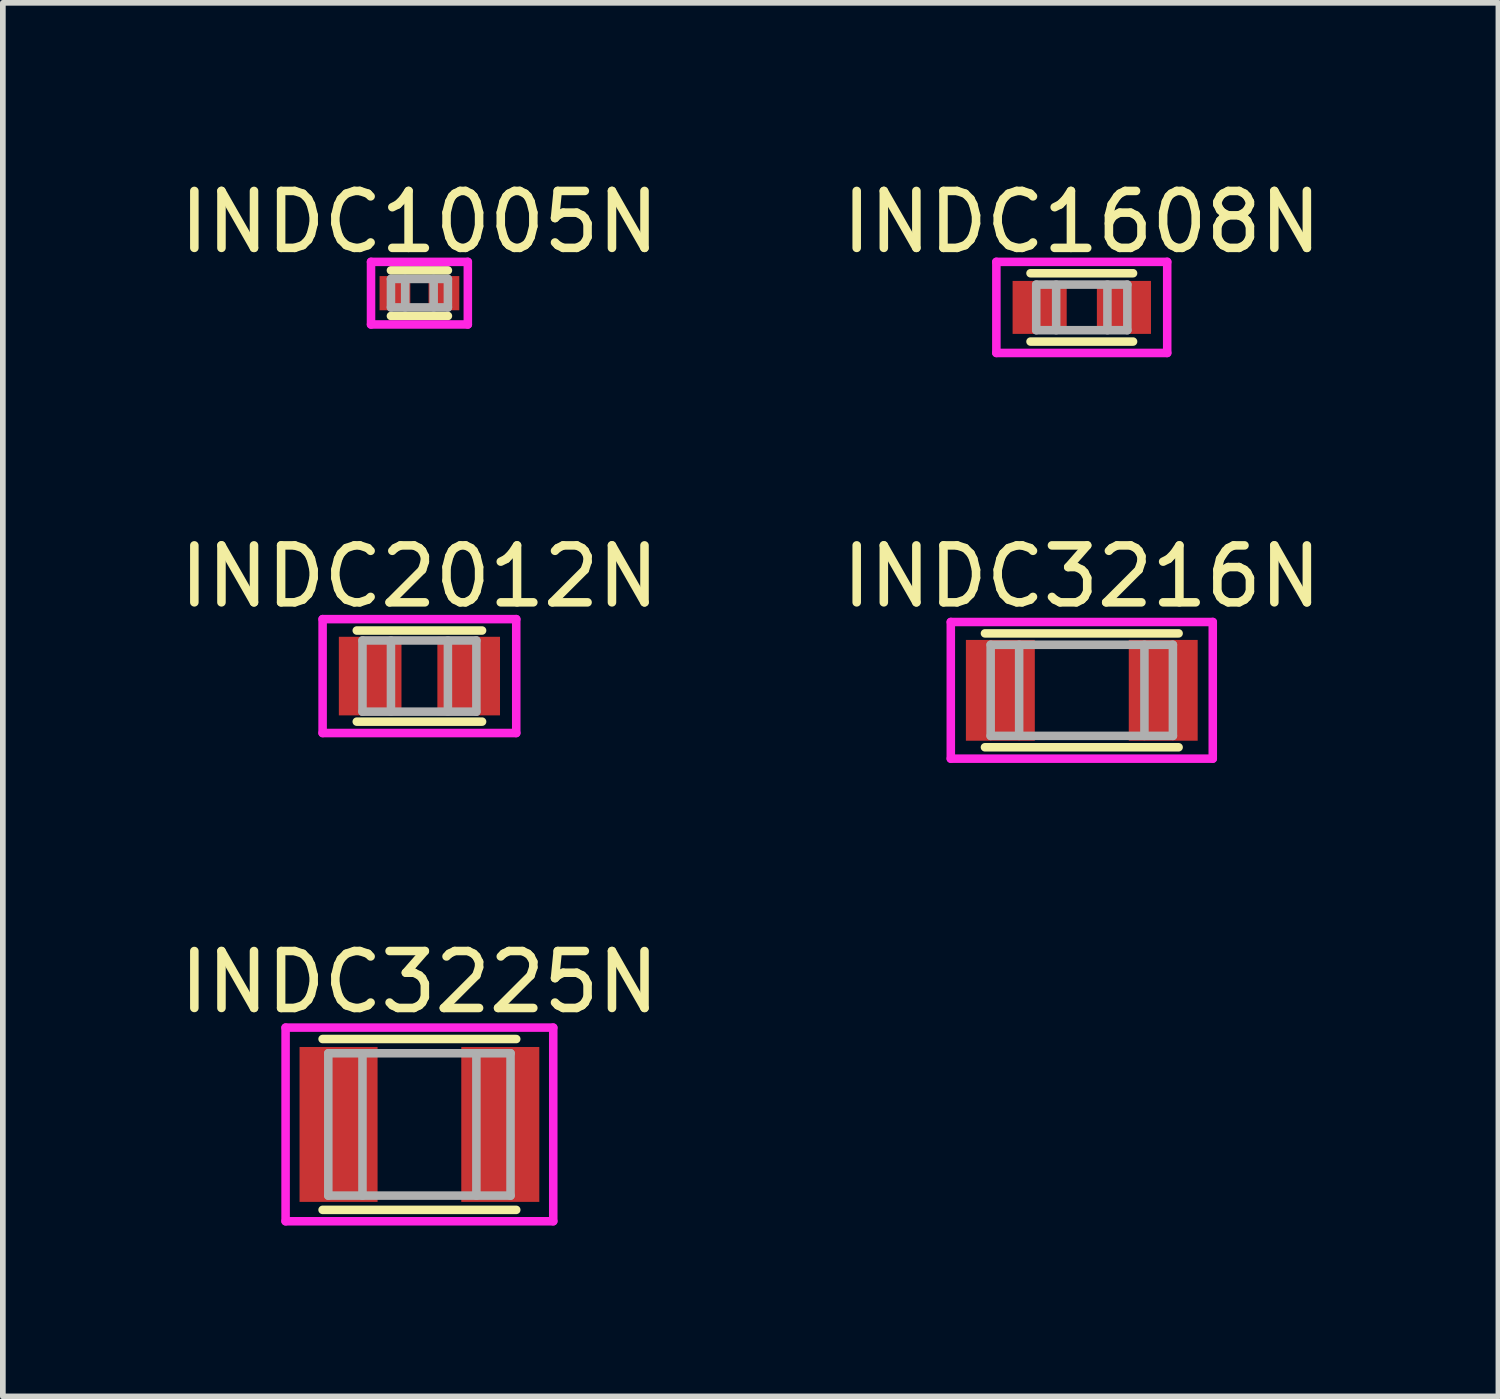
<source format=kicad_pcb>
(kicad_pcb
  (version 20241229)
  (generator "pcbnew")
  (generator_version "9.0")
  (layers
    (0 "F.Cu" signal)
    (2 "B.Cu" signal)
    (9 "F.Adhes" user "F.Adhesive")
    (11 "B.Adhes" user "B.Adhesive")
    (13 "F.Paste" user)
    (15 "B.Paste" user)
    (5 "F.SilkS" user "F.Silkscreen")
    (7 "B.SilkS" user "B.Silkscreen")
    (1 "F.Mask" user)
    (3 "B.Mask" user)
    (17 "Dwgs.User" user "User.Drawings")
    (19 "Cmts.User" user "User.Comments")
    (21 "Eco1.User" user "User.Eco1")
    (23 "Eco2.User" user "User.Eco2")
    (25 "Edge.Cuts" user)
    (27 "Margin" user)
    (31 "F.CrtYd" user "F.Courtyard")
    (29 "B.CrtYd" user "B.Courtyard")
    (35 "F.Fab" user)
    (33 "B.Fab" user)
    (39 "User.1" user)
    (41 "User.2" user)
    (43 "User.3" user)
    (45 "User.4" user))
  (footprint "INDC2012N"
    (layer "F.Cu")
    (at 4.315 8.822)
    (property "Reference" "INDC2012N" (at 0 -1.75 0) (layer "F.SilkS") (effects (font (size 1 1) (thickness 0.15))))
    (attr through_hole)
    (fp_line (start -1.1 -0.8) (end 1.1 -0.8) (stroke (width 0.15) (type solid)) (layer "F.SilkS"))
    (fp_line (start 1.1 0.8) (end -1.1 0.8) (stroke (width 0.15) (type solid)) (layer "F.SilkS"))
    (fp_line (start -1.7 -1) (end 1.7 -1) (stroke (width 0.15) (type solid)) (layer "F.CrtYd"))
    (fp_line (start -1.7 1) (end -1.7 -1) (stroke (width 0.15) (type solid)) (layer "F.CrtYd"))
    (fp_line (start 1.7 -1) (end 1.7 1) (stroke (width 0.15) (type solid)) (layer "F.CrtYd"))
    (fp_line (start 1.7 1) (end -1.7 1) (stroke (width 0.15) (type solid)) (layer "F.CrtYd"))
    (fp_line (start -1 -0.625) (end 1 -0.625) (stroke (width 0.15) (type solid)) (layer "F.Fab"))
    (fp_line (start -1 0.625) (end -1 -0.625) (stroke (width 0.15) (type solid)) (layer "F.Fab"))
    (fp_line (start -0.5 -0.625) (end -0.5 0.625) (stroke (width 0.15) (type solid)) (layer "F.Fab"))
    (fp_line (start 0.5 0.625) (end 0.5 -0.625) (stroke (width 0.15) (type solid)) (layer "F.Fab"))
    (fp_line (start 1 -0.625) (end 1 0.625) (stroke (width 0.15) (type solid)) (layer "F.Fab"))
    (fp_line (start 1 0.625) (end -1 0.625) (stroke (width 0.15) (type solid)) (layer "F.Fab"))
    (pad "1" smd rect (at -0.865 0) (size 1.1 1.38) (layers "F.Cu" "F.Mask" "F.Paste"))
    (pad "2" smd rect (at 0.865 0) (size 1.1 1.38) (layers "F.Cu" "F.Mask" "F.Paste")))
  (footprint "INDC1608N"
    (layer "F.Cu")
    (at 15.946 2.348)
    (property "Reference" "INDC1608N" (at 0 -1.5 0) (layer "F.SilkS") (effects (font (size 1 1) (thickness 0.15))))
    (attr through_hole)
    (fp_line (start -0.9 -0.6) (end 0.9 -0.6) (stroke (width 0.15) (type solid)) (layer "F.SilkS"))
    (fp_line (start 0.9 0.6) (end -0.9 0.6) (stroke (width 0.15) (type solid)) (layer "F.SilkS"))
    (fp_line (start -1.5 -0.8) (end -1.5 0.8) (stroke (width 0.15) (type solid)) (layer "F.CrtYd"))
    (fp_line (start -1.5 0.8) (end 1.5 0.8) (stroke (width 0.15) (type solid)) (layer "F.CrtYd"))
    (fp_line (start 1.5 -0.8) (end -1.5 -0.8) (stroke (width 0.15) (type solid)) (layer "F.CrtYd"))
    (fp_line (start 1.5 0.8) (end 1.5 -0.8) (stroke (width 0.15) (type solid)) (layer "F.CrtYd"))
    (fp_line (start -0.8 -0.4) (end -0.8 0.4) (stroke (width 0.15) (type solid)) (layer "F.Fab"))
    (fp_line (start -0.8 0.4) (end 0.8 0.4) (stroke (width 0.15) (type solid)) (layer "F.Fab"))
    (fp_line (start -0.45 0.4) (end -0.45 -0.4) (stroke (width 0.15) (type solid)) (layer "F.Fab"))
    (fp_line (start 0.45 -0.4) (end 0.45 0.4) (stroke (width 0.15) (type solid)) (layer "F.Fab"))
    (fp_line (start 0.8 -0.4) (end -0.8 -0.4) (stroke (width 0.15) (type solid)) (layer "F.Fab"))
    (fp_line (start 0.8 0.4) (end 0.8 -0.4) (stroke (width 0.15) (type solid)) (layer "F.Fab"))
    (pad "1" smd rect (at -0.74 0) (size 0.95 0.93) (layers "F.Cu" "F.Mask" "F.Paste"))
    (pad "2" smd rect (at 0.74 0) (size 0.95 0.93) (layers "F.Cu" "F.Mask" "F.Paste")))
  (footprint "INDC3225N"
    (layer "F.Cu")
    (at 4.315 16.695)
    (property "Reference" "INDC3225N" (at 0 -2.5 0) (layer "F.SilkS") (effects (font (size 1 1) (thickness 0.15))))
    (attr through_hole)
    (fp_line (start -1.7 -1.5) (end 1.7 -1.5) (stroke (width 0.15) (type solid)) (layer "F.SilkS"))
    (fp_line (start 1.7 1.5) (end -1.7 1.5) (stroke (width 0.15) (type solid)) (layer "F.SilkS"))
    (fp_line (start -2.35 -1.7) (end 2.35 -1.7) (stroke (width 0.15) (type solid)) (layer "F.CrtYd"))
    (fp_line (start -2.35 1.7) (end -2.35 -1.7) (stroke (width 0.15) (type solid)) (layer "F.CrtYd"))
    (fp_line (start 2.35 -1.7) (end 2.35 1.7) (stroke (width 0.15) (type solid)) (layer "F.CrtYd"))
    (fp_line (start 2.35 1.7) (end -2.35 1.7) (stroke (width 0.15) (type solid)) (layer "F.CrtYd"))
    (fp_line (start -1.6 -1.25) (end 1.6 -1.25) (stroke (width 0.15) (type solid)) (layer "F.Fab"))
    (fp_line (start -1.6 1.25) (end -1.6 -1.25) (stroke (width 0.15) (type solid)) (layer "F.Fab"))
    (fp_line (start -1 -1.25) (end -1 1.25) (stroke (width 0.15) (type solid)) (layer "F.Fab"))
    (fp_line (start 1 1.25) (end 1 -1.25) (stroke (width 0.15) (type solid)) (layer "F.Fab"))
    (fp_line (start 1.6 -1.25) (end 1.6 1.25) (stroke (width 0.15) (type solid)) (layer "F.Fab"))
    (fp_line (start 1.6 1.25) (end -1.6 1.25) (stroke (width 0.15) (type solid)) (layer "F.Fab"))
    (pad "1" smd rect (at -1.42 0) (size 1.37 2.72) (layers "F.Cu" "F.Mask" "F.Paste"))
    (pad "2" smd rect (at 1.42 0) (size 1.37 2.72) (layers "F.Cu" "F.Mask" "F.Paste")))
  (footprint "INDC1005N"
    (layer "F.Cu")
    (at 4.315 2.098)
    (property "Reference" "INDC1005N" (at 0 -1.25 0) (layer "F.SilkS") (effects (font (size 1 1) (thickness 0.15))))
    (attr through_hole)
    (fp_line (start -0.5 -0.4) (end 0.5 -0.4) (stroke (width 0.15) (type solid)) (layer "F.SilkS"))
    (fp_line (start -0.5 0.4) (end 0.5 0.4) (stroke (width 0.15) (type solid)) (layer "F.SilkS"))
    (fp_line (start -0.85 -0.55) (end -0.85 0.55) (stroke (width 0.15) (type solid)) (layer "F.CrtYd"))
    (fp_line (start -0.85 0.55) (end 0.85 0.55) (stroke (width 0.15) (type solid)) (layer "F.CrtYd"))
    (fp_line (start 0.85 -0.55) (end -0.85 -0.55) (stroke (width 0.15) (type solid)) (layer "F.CrtYd"))
    (fp_line (start 0.85 0.55) (end 0.85 -0.55) (stroke (width 0.15) (type solid)) (layer "F.CrtYd"))
    (fp_line (start -0.5 -0.25) (end 0.5 -0.25) (stroke (width 0.15) (type solid)) (layer "F.Fab"))
    (fp_line (start -0.5 0.25) (end -0.5 -0.25) (stroke (width 0.15) (type solid)) (layer "F.Fab"))
    (fp_line (start -0.25 -0.25) (end -0.25 0.25) (stroke (width 0.15) (type solid)) (layer "F.Fab"))
    (fp_line (start 0.25 0.25) (end 0.25 -0.25) (stroke (width 0.15) (type solid)) (layer "F.Fab"))
    (fp_line (start 0.5 -0.25) (end 0.5 0.25) (stroke (width 0.15) (type solid)) (layer "F.Fab"))
    (fp_line (start 0.5 0.25) (end -0.5 0.25) (stroke (width 0.15) (type solid)) (layer "F.Fab"))
    (pad "1" smd rect (at -0.43 0) (size 0.54 0.6) (layers "F.Cu" "F.Mask" "F.Paste"))
    (pad "2" smd rect (at 0.43 0) (size 0.54 0.6) (layers "F.Cu" "F.Mask" "F.Paste")))
  (footprint "INDC3216N"
    (layer "F.Cu")
    (at 15.946 9.072)
    (property "Reference" "INDC3216N" (at 0 -2 0) (layer "F.SilkS") (effects (font (size 1 1) (thickness 0.15))))
    (attr through_hole)
    (fp_line (start -1.7 -1) (end 1.7 -1) (stroke (width 0.15) (type solid)) (layer "F.SilkS"))
    (fp_line (start 1.7 1) (end -1.7 1) (stroke (width 0.15) (type solid)) (layer "F.SilkS"))
    (fp_line (start -2.3 -1.2) (end 2.3 -1.2) (stroke (width 0.15) (type solid)) (layer "F.CrtYd"))
    (fp_line (start -2.3 1.2) (end -2.3 -1.2) (stroke (width 0.15) (type solid)) (layer "F.CrtYd"))
    (fp_line (start 2.3 -1.2) (end 2.3 1.2) (stroke (width 0.15) (type solid)) (layer "F.CrtYd"))
    (fp_line (start 2.3 1.2) (end -2.3 1.2) (stroke (width 0.15) (type solid)) (layer "F.CrtYd"))
    (fp_line (start -1.6 -0.8) (end 1.6 -0.8) (stroke (width 0.15) (type solid)) (layer "F.Fab"))
    (fp_line (start -1.6 0.8) (end -1.6 -0.8) (stroke (width 0.15) (type solid)) (layer "F.Fab"))
    (fp_line (start -1.1 -0.8) (end -1.1 0.8) (stroke (width 0.15) (type solid)) (layer "F.Fab"))
    (fp_line (start 1.1 0.8) (end 1.1 -0.8) (stroke (width 0.15) (type solid)) (layer "F.Fab"))
    (fp_line (start 1.6 -0.8) (end 1.6 0.8) (stroke (width 0.15) (type solid)) (layer "F.Fab"))
    (fp_line (start 1.6 0.8) (end -1.6 0.8) (stroke (width 0.15) (type solid)) (layer "F.Fab"))
    (pad "1" smd rect (at -1.43 0) (size 1.21 1.77) (layers "F.Cu" "F.Mask" "F.Paste"))
    (pad "2" smd rect (at 1.43 0) (size 1.21 1.77) (layers "F.Cu" "F.Mask" "F.Paste")))
  (gr_rect
    (start -3 -3)
    (end 23.262 21.47)
    (stroke (width 0.1) (type default))
    (fill no)
    (layer "Edge.Cuts")))
</source>
